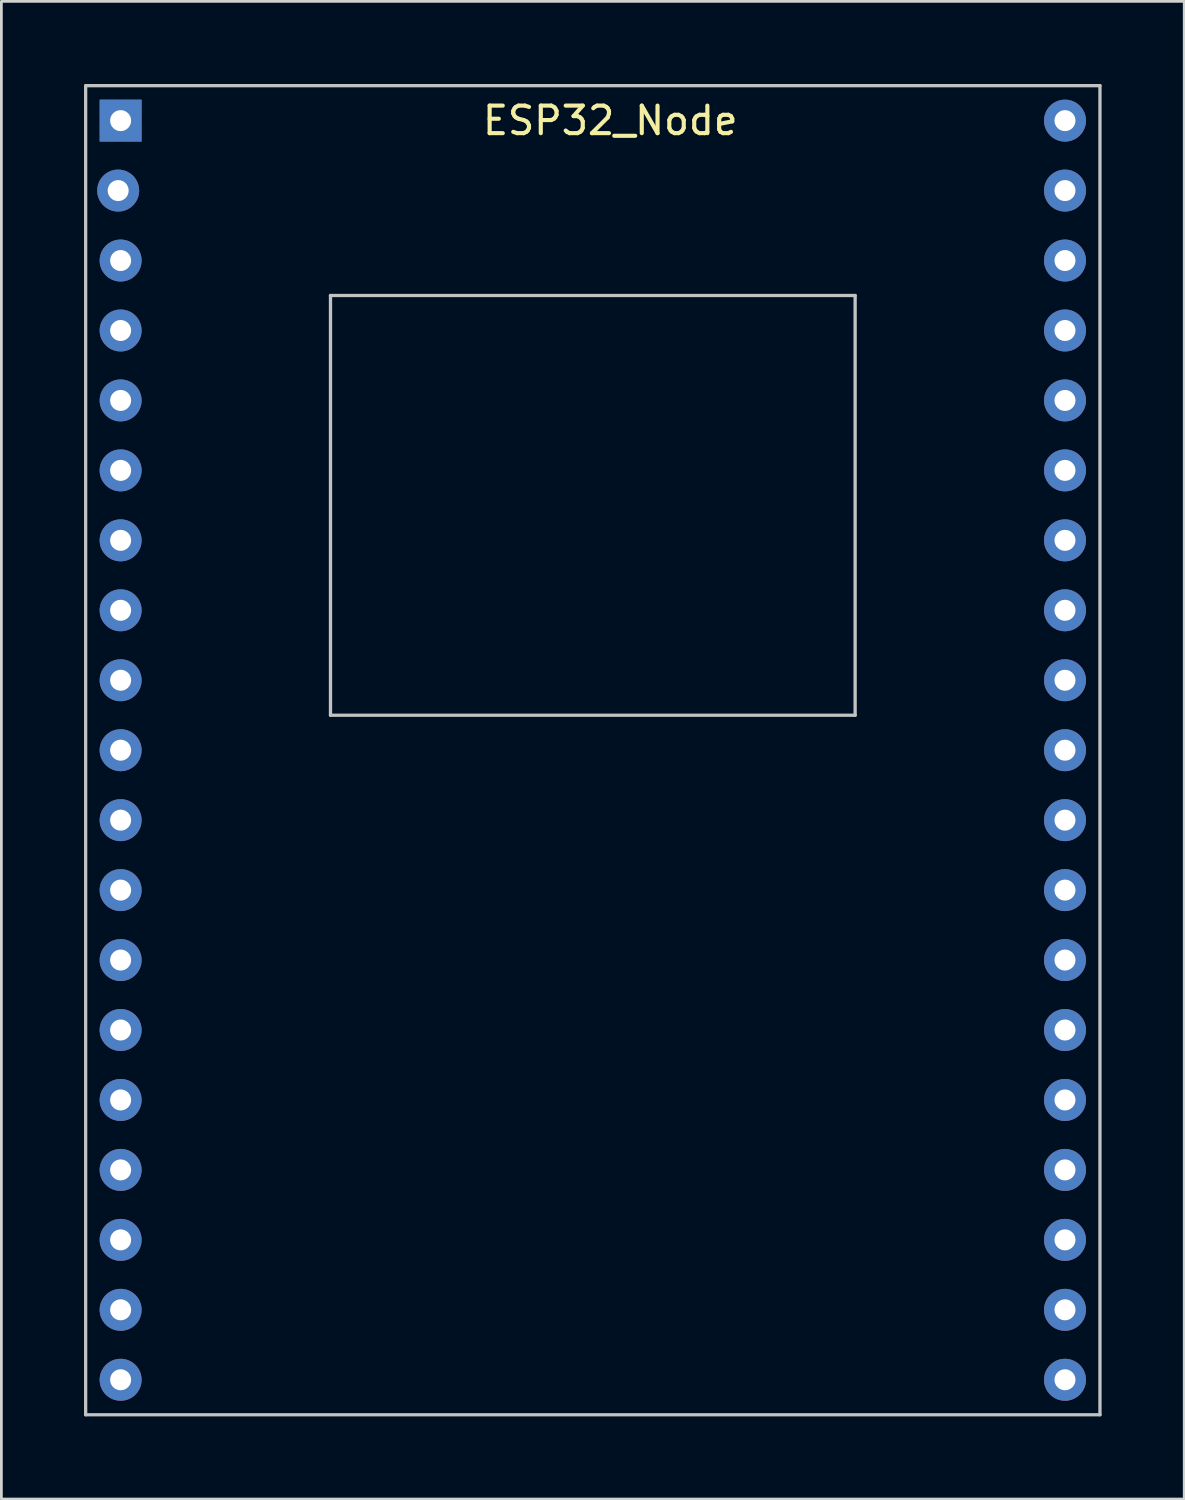
<source format=kicad_pcb>
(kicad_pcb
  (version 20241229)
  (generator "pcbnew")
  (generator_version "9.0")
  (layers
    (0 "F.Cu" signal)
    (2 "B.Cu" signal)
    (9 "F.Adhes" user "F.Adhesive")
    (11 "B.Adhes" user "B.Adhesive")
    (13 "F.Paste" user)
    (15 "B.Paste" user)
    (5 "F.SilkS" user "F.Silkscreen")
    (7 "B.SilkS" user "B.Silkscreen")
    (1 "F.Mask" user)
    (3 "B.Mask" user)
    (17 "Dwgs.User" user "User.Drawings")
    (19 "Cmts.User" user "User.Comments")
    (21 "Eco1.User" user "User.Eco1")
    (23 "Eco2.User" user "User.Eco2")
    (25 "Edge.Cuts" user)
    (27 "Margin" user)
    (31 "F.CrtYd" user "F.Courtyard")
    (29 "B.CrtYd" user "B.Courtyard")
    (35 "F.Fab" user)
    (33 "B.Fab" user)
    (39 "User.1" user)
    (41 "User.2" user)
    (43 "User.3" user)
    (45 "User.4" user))
  (footprint "ESP32_Node"
    (layer "F.Cu")
    (at 1.33 1.33)
    (property "Reference" "ESP32_Node" (at 17.78 0 0) (layer "F.SilkS") (effects (font (size 1 1) (thickness 0.15))))
    (attr through_hole)
    (fp_line (start -1.27 -1.27) (end 35.56 -1.27) (stroke (width 0.12) (type solid)) (layer "Dwgs.User"))
    (fp_line (start -1.27 46.99) (end -1.27 -1.27) (stroke (width 0.12) (type solid)) (layer "Dwgs.User"))
    (fp_line (start 7.62 6.35) (end 26.67 6.35) (stroke (width 0.12) (type solid)) (layer "Dwgs.User"))
    (fp_line (start 7.62 21.59) (end 7.62 6.35) (stroke (width 0.12) (type solid)) (layer "Dwgs.User"))
    (fp_line (start 26.67 6.35) (end 26.67 21.59) (stroke (width 0.12) (type solid)) (layer "Dwgs.User"))
    (fp_line (start 26.67 21.59) (end 7.62 21.59) (stroke (width 0.12) (type solid)) (layer "Dwgs.User"))
    (fp_line (start 35.56 -1.27) (end 35.56 46.99) (stroke (width 0.12) (type solid)) (layer "Dwgs.User"))
    (fp_line (start 35.56 46.99) (end -1.27 46.99) (stroke (width 0.12) (type solid)) (layer "Dwgs.User"))
    (pad "1" thru_hole rect (at 0 0) (size 1.524 1.524) (drill 0.762) (layers "*.Cu" "*.Mask"))
    (pad "2" thru_hole circle (at -0.089 2.54) (size 1.524 1.524) (drill 0.762) (layers "*.Cu" "*.Mask"))
    (pad "3" thru_hole circle (at 0 5.08) (size 1.524 1.524) (drill 0.762) (layers "*.Cu" "*.Mask"))
    (pad "4" thru_hole circle (at 0 7.62) (size 1.524 1.524) (drill 0.762) (layers "*.Cu" "*.Mask"))
    (pad "5" thru_hole circle (at 0 10.16) (size 1.524 1.524) (drill 0.762) (layers "*.Cu" "*.Mask"))
    (pad "6" thru_hole circle (at 0 12.7) (size 1.524 1.524) (drill 0.762) (layers "*.Cu" "*.Mask"))
    (pad "7" thru_hole circle (at 0 15.24) (size 1.524 1.524) (drill 0.762) (layers "*.Cu" "*.Mask"))
    (pad "8" thru_hole circle (at 0 17.78) (size 1.524 1.524) (drill 0.762) (layers "*.Cu" "*.Mask"))
    (pad "9" thru_hole circle (at 0 20.32) (size 1.524 1.524) (drill 0.762) (layers "*.Cu" "*.Mask"))
    (pad "10" thru_hole circle (at 0 22.86) (size 1.524 1.524) (drill 0.762) (layers "*.Cu" "*.Mask"))
    (pad "11" thru_hole circle (at 0 25.4) (size 1.524 1.524) (drill 0.762) (layers "*.Cu" "*.Mask"))
    (pad "12" thru_hole circle (at 0 27.94) (size 1.524 1.524) (drill 0.762) (layers "*.Cu" "*.Mask"))
    (pad "13" thru_hole circle (at 0 30.48) (size 1.524 1.524) (drill 0.762) (layers "*.Cu" "*.Mask"))
    (pad "14" thru_hole circle (at 0 33.02) (size 1.524 1.524) (drill 0.762) (layers "*.Cu" "*.Mask"))
    (pad "15" thru_hole circle (at 0 35.56) (size 1.524 1.524) (drill 0.762) (layers "*.Cu" "*.Mask"))
    (pad "16" thru_hole circle (at 0 38.1) (size 1.524 1.524) (drill 0.762) (layers "*.Cu" "*.Mask"))
    (pad "17" thru_hole circle (at 0 40.64) (size 1.524 1.524) (drill 0.762) (layers "*.Cu" "*.Mask"))
    (pad "18" thru_hole circle (at 0 43.18) (size 1.524 1.524) (drill 0.762) (layers "*.Cu" "*.Mask"))
    (pad "19" thru_hole circle (at 0 45.72) (size 1.524 1.524) (drill 0.762) (layers "*.Cu" "*.Mask"))
    (pad "20" thru_hole circle (at 34.29 45.72) (size 1.524 1.524) (drill 0.762) (layers "*.Cu" "*.Mask"))
    (pad "21" thru_hole circle (at 34.29 43.18) (size 1.524 1.524) (drill 0.762) (layers "*.Cu" "*.Mask"))
    (pad "22" thru_hole circle (at 34.29 40.64) (size 1.524 1.524) (drill 0.762) (layers "*.Cu" "*.Mask"))
    (pad "23" thru_hole circle (at 34.29 38.1) (size 1.524 1.524) (drill 0.762) (layers "*.Cu" "*.Mask"))
    (pad "24" thru_hole circle (at 34.29 35.56) (size 1.524 1.524) (drill 0.762) (layers "*.Cu" "*.Mask"))
    (pad "25" thru_hole circle (at 34.29 33.02) (size 1.524 1.524) (drill 0.762) (layers "*.Cu" "*.Mask"))
    (pad "26" thru_hole circle (at 34.29 30.48) (size 1.524 1.524) (drill 0.762) (layers "*.Cu" "*.Mask"))
    (pad "27" thru_hole circle (at 34.29 27.94) (size 1.524 1.524) (drill 0.762) (layers "*.Cu" "*.Mask"))
    (pad "28" thru_hole circle (at 34.29 25.4) (size 1.524 1.524) (drill 0.762) (layers "*.Cu" "*.Mask"))
    (pad "29" thru_hole circle (at 34.29 22.86) (size 1.524 1.524) (drill 0.762) (layers "*.Cu" "*.Mask"))
    (pad "30" thru_hole circle (at 34.29 20.32) (size 1.524 1.524) (drill 0.762) (layers "*.Cu" "*.Mask"))
    (pad "31" thru_hole circle (at 34.29 17.78) (size 1.524 1.524) (drill 0.762) (layers "*.Cu" "*.Mask"))
    (pad "32" thru_hole circle (at 34.29 15.24) (size 1.524 1.524) (drill 0.762) (layers "*.Cu" "*.Mask"))
    (pad "33" thru_hole circle (at 34.29 12.7) (size 1.524 1.524) (drill 0.762) (layers "*.Cu" "*.Mask"))
    (pad "34" thru_hole circle (at 34.29 10.16) (size 1.524 1.524) (drill 0.762) (layers "*.Cu" "*.Mask"))
    (pad "35" thru_hole circle (at 34.29 7.62) (size 1.524 1.524) (drill 0.762) (layers "*.Cu" "*.Mask"))
    (pad "36" thru_hole circle (at 34.29 5.08) (size 1.524 1.524) (drill 0.762) (layers "*.Cu" "*.Mask"))
    (pad "37" thru_hole circle (at 34.29 2.54) (size 1.524 1.524) (drill 0.762) (layers "*.Cu" "*.Mask"))
    (pad "38" thru_hole circle (at 34.29 0) (size 1.524 1.524) (drill 0.762) (layers "*.Cu" "*.Mask")))
  (gr_rect
    (start -3 -3)
    (end 39.95 51.38)
    (stroke (width 0.1) (type default))
    (fill no)
    (layer "Edge.Cuts")))
</source>
